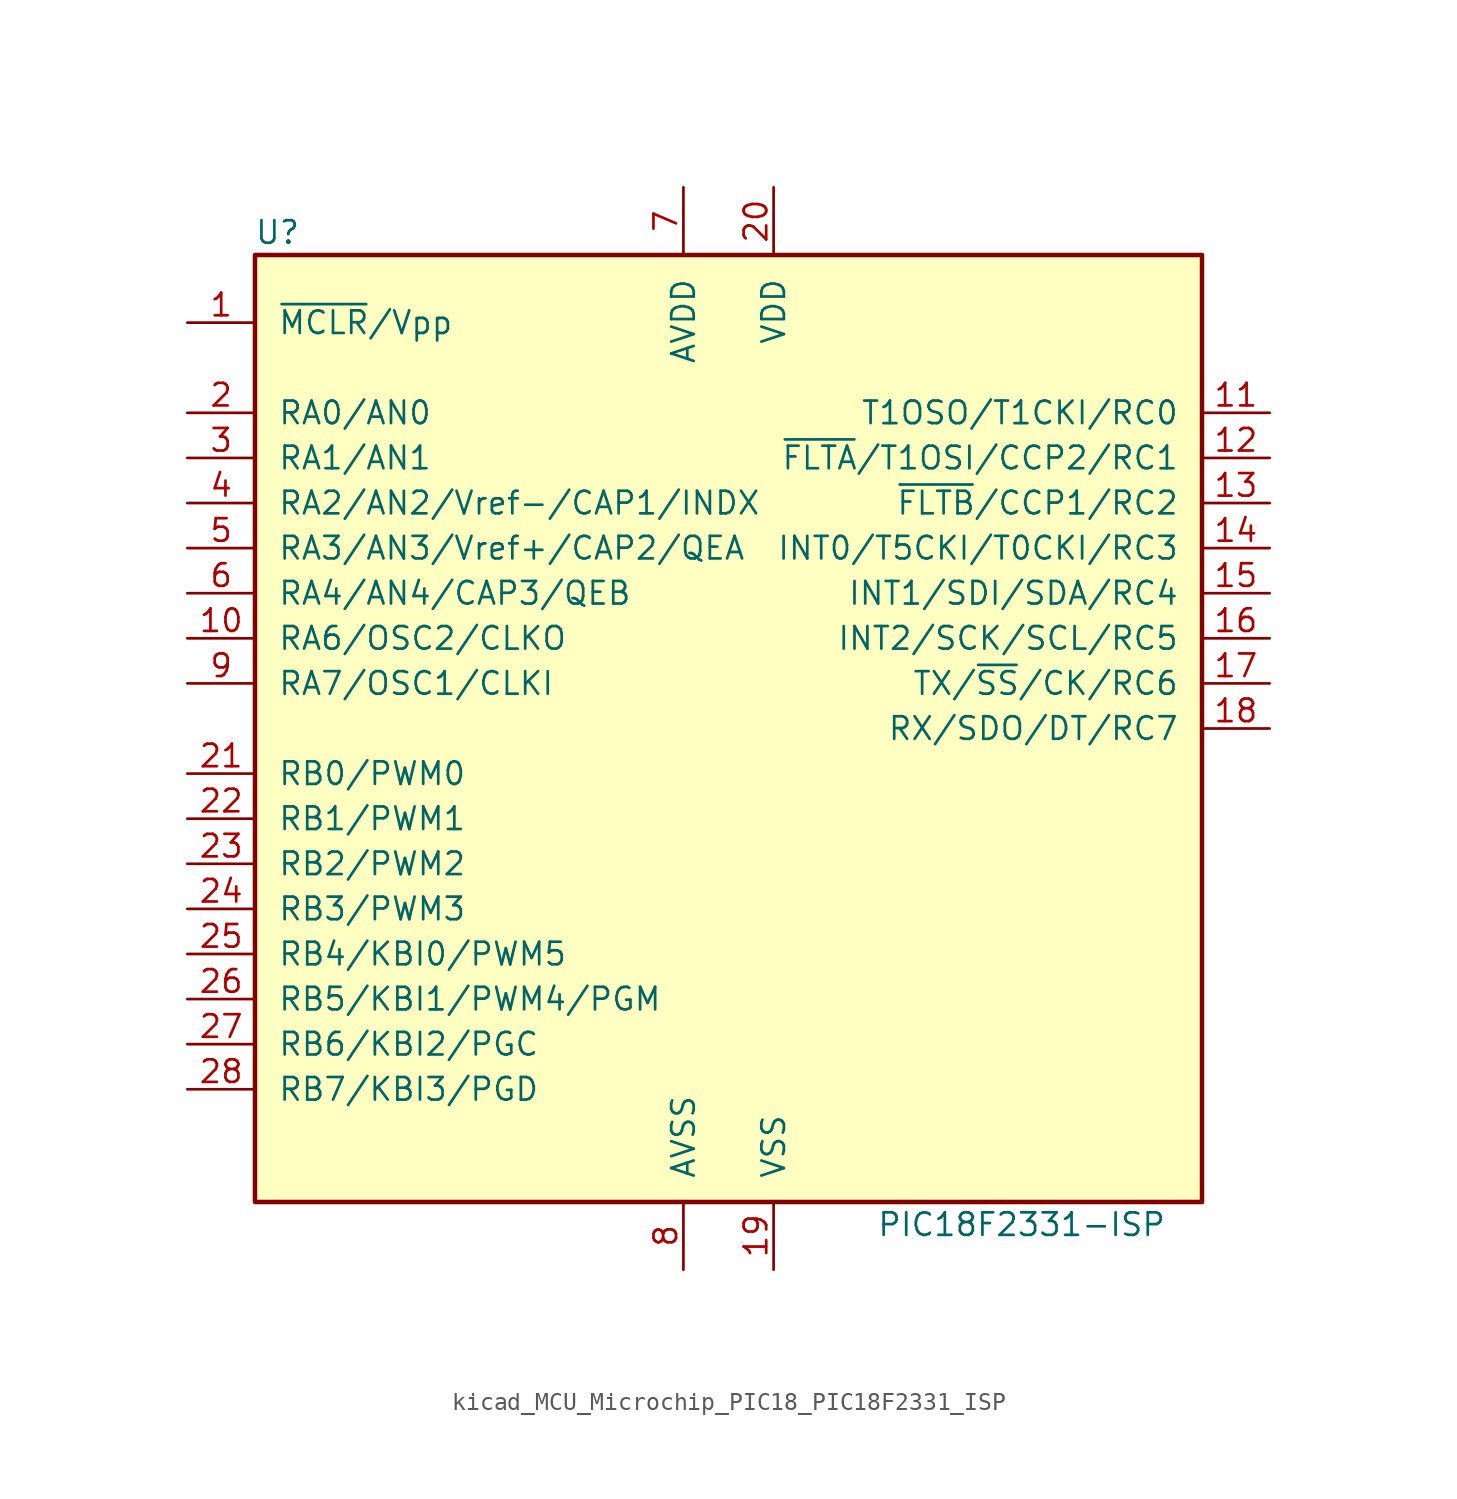
<source format=kicad_sym>
(kicad_symbol_lib
  (version 20220914)
  (generator kicad_symbol_editor)
  (symbol "kicad_MCU_Microchip_PIC18_PIC18F2331_ISP"
    (pin_names
      (offset 1.27))
    (property "Reference" "U"
      (at -25.4 27.94 0)
      (effects (font (size 1.27 1.27))))
    (property "Value" "PIC18F2331-ISP"
      (at 16.51 -27.94 0)
      (effects (font (size 1.27 1.27))))
    (symbol "kicad_MCU_Microchip_PIC18_PIC18F2331_ISP_0_1"
      (rectangle (start -26.67 26.67) (end 26.67 -26.67) (stroke (width 0.254) (type default)) (fill (type background))))
    (symbol "kicad_MCU_Microchip_PIC18_PIC18F2331_ISP_1_1"
      (pin input line (at -30.48 22.86 0) (length 3.81) (name "~{MCLR}/Vpp" (effects (font (size 1.27 1.27)))) (number "1" (effects (font (size 1.27 1.27)))))
      (pin bidirectional line (at -30.48 5.08 0) (length 3.81) (name "RA6/OSC2/CLKO" (effects (font (size 1.27 1.27)))) (number "10" (effects (font (size 1.27 1.27)))))
      (pin bidirectional line (at 30.48 17.78 180) (length 3.81) (name "T1OSO/T1CKI/RC0" (effects (font (size 1.27 1.27)))) (number "11" (effects (font (size 1.27 1.27)))))
      (pin bidirectional line (at 30.48 15.24 180) (length 3.81) (name "~{FLTA}/T1OSI/CCP2/RC1" (effects (font (size 1.27 1.27)))) (number "12" (effects (font (size 1.27 1.27)))))
      (pin bidirectional line (at 30.48 12.7 180) (length 3.81) (name "~{FLTB}/CCP1/RC2" (effects (font (size 1.27 1.27)))) (number "13" (effects (font (size 1.27 1.27)))))
      (pin bidirectional line (at 30.48 10.16 180) (length 3.81) (name "INT0/T5CKI/T0CKI/RC3" (effects (font (size 1.27 1.27)))) (number "14" (effects (font (size 1.27 1.27)))))
      (pin bidirectional line (at 30.48 7.62 180) (length 3.81) (name "INT1/SDI/SDA/RC4" (effects (font (size 1.27 1.27)))) (number "15" (effects (font (size 1.27 1.27)))))
      (pin bidirectional line (at 30.48 5.08 180) (length 3.81) (name "INT2/SCK/SCL/RC5" (effects (font (size 1.27 1.27)))) (number "16" (effects (font (size 1.27 1.27)))))
      (pin bidirectional line (at 30.48 2.54 180) (length 3.81) (name "TX/~{SS}/CK/RC6" (effects (font (size 1.27 1.27)))) (number "17" (effects (font (size 1.27 1.27)))))
      (pin bidirectional line (at 30.48 0 180) (length 3.81) (name "RX/SDO/DT/RC7" (effects (font (size 1.27 1.27)))) (number "18" (effects (font (size 1.27 1.27)))))
      (pin power_in line (at 2.54 -30.48 90) (length 3.81) (name "VSS" (effects (font (size 1.27 1.27)))) (number "19" (effects (font (size 1.27 1.27)))))
      (pin bidirectional line (at -30.48 17.78 0) (length 3.81) (name "RA0/AN0" (effects (font (size 1.27 1.27)))) (number "2" (effects (font (size 1.27 1.27)))))
      (pin power_in line (at 2.54 30.48 270) (length 3.81) (name "VDD" (effects (font (size 1.27 1.27)))) (number "20" (effects (font (size 1.27 1.27)))))
      (pin bidirectional line (at -30.48 -2.54 0) (length 3.81) (name "RB0/PWM0" (effects (font (size 1.27 1.27)))) (number "21" (effects (font (size 1.27 1.27)))))
      (pin bidirectional line (at -30.48 -5.08 0) (length 3.81) (name "RB1/PWM1" (effects (font (size 1.27 1.27)))) (number "22" (effects (font (size 1.27 1.27)))))
      (pin bidirectional line (at -30.48 -7.62 0) (length 3.81) (name "RB2/PWM2" (effects (font (size 1.27 1.27)))) (number "23" (effects (font (size 1.27 1.27)))))
      (pin bidirectional line (at -30.48 -10.16 0) (length 3.81) (name "RB3/PWM3" (effects (font (size 1.27 1.27)))) (number "24" (effects (font (size 1.27 1.27)))))
      (pin bidirectional line (at -30.48 -12.7 0) (length 3.81) (name "RB4/KBI0/PWM5" (effects (font (size 1.27 1.27)))) (number "25" (effects (font (size 1.27 1.27)))))
      (pin bidirectional line (at -30.48 -15.24 0) (length 3.81) (name "RB5/KBI1/PWM4/PGM" (effects (font (size 1.27 1.27)))) (number "26" (effects (font (size 1.27 1.27)))))
      (pin bidirectional line (at -30.48 -17.78 0) (length 3.81) (name "RB6/KBI2/PGC" (effects (font (size 1.27 1.27)))) (number "27" (effects (font (size 1.27 1.27)))))
      (pin bidirectional line (at -30.48 -20.32 0) (length 3.81) (name "RB7/KBI3/PGD" (effects (font (size 1.27 1.27)))) (number "28" (effects (font (size 1.27 1.27)))))
      (pin bidirectional line (at -30.48 15.24 0) (length 3.81) (name "RA1/AN1" (effects (font (size 1.27 1.27)))) (number "3" (effects (font (size 1.27 1.27)))))
      (pin bidirectional line (at -30.48 12.7 0) (length 3.81) (name "RA2/AN2/Vref-/CAP1/INDX" (effects (font (size 1.27 1.27)))) (number "4" (effects (font (size 1.27 1.27)))))
      (pin bidirectional line (at -30.48 10.16 0) (length 3.81) (name "RA3/AN3/Vref+/CAP2/QEA" (effects (font (size 1.27 1.27)))) (number "5" (effects (font (size 1.27 1.27)))))
      (pin bidirectional line (at -30.48 7.62 0) (length 3.81) (name "RA4/AN4/CAP3/QEB" (effects (font (size 1.27 1.27)))) (number "6" (effects (font (size 1.27 1.27)))))
      (pin power_in line (at -2.54 30.48 270) (length 3.81) (name "AVDD" (effects (font (size 1.27 1.27)))) (number "7" (effects (font (size 1.27 1.27)))))
      (pin power_in line (at -2.54 -30.48 90) (length 3.81) (name "AVSS" (effects (font (size 1.27 1.27)))) (number "8" (effects (font (size 1.27 1.27)))))
      (pin bidirectional line (at -30.48 2.54 0) (length 3.81) (name "RA7/OSC1/CLKI" (effects (font (size 1.27 1.27)))) (number "9" (effects (font (size 1.27 1.27))))))))
</source>
